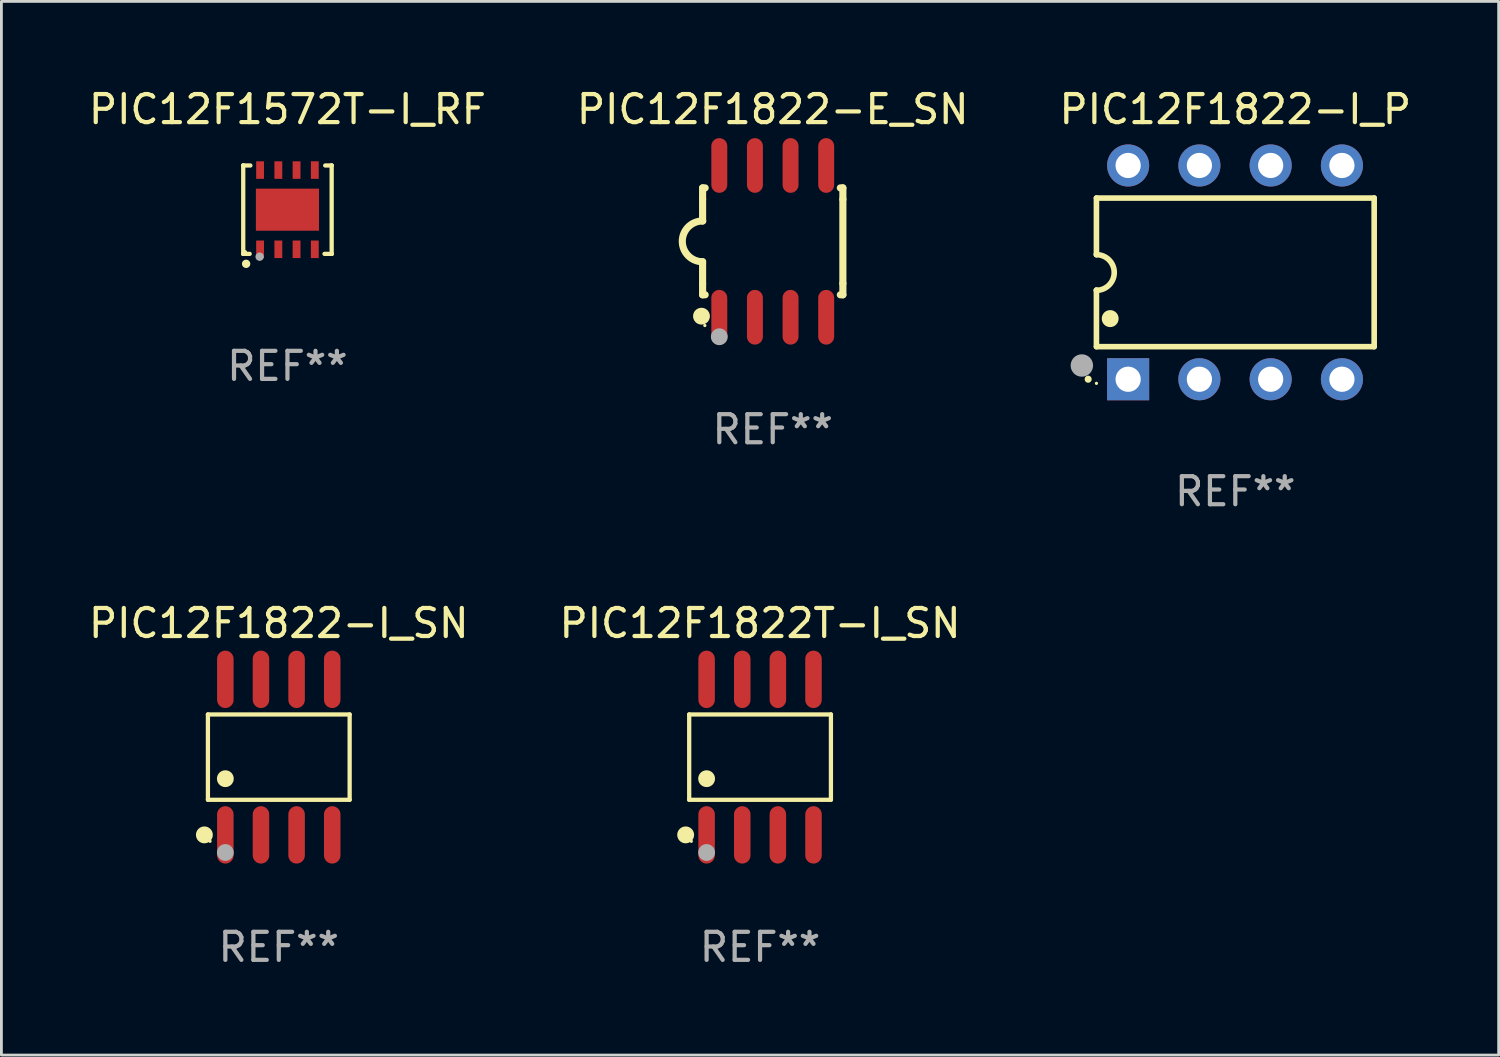
<source format=kicad_pcb>
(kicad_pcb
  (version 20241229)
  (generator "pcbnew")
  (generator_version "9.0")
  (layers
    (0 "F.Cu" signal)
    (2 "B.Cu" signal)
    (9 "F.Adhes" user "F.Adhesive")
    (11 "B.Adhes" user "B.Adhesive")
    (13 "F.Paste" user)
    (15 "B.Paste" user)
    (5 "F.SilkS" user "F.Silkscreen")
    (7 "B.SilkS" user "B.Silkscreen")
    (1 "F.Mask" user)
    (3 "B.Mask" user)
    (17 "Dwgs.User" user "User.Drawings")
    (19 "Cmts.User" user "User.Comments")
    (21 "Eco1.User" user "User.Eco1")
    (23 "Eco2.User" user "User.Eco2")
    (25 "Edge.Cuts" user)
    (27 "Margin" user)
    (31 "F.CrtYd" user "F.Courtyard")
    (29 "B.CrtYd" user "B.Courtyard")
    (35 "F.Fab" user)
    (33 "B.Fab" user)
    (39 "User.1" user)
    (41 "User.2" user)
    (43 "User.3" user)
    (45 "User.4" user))
  (footprint "PIC12F1822-E_SN"
    (layer "F.Cu")
    (at 24.494 5.553)
    (property "Reference" "PIC12F1822-E_SN" (at 0 -4.705 0) (layer "F.SilkS") (effects (font (size 1 1) (thickness 0.15))))
    (attr through_hole)
    (fp_line (start -2.5 -1.905) (end -2.409 -1.905) (stroke (width 0.254) (type solid)) (layer "F.SilkS"))
    (fp_line (start -2.5 -1.5) (end -2.5 -1.905) (stroke (width 0.254) (type solid)) (layer "F.SilkS"))
    (fp_line (start -2.5 -1.5) (end -2.5 -0.726) (stroke (width 0.254) (type solid)) (layer "F.SilkS"))
    (fp_line (start -2.5 1.5) (end -2.5 0.727) (stroke (width 0.254) (type solid)) (layer "F.SilkS"))
    (fp_line (start -2.5 1.5) (end -2.5 1.905) (stroke (width 0.254) (type solid)) (layer "F.SilkS"))
    (fp_line (start -2.5 1.905) (end -2.409 1.905) (stroke (width 0.254) (type solid)) (layer "F.SilkS"))
    (fp_line (start 2.5 -1.905) (end 2.409 -1.905) (stroke (width 0.254) (type solid)) (layer "F.SilkS"))
    (fp_line (start 2.5 -1.5) (end 2.5 -1.905) (stroke (width 0.254) (type solid)) (layer "F.SilkS"))
    (fp_line (start 2.5 -1.5) (end 2.5 1.5) (stroke (width 0.254) (type solid)) (layer "F.SilkS"))
    (fp_line (start 2.5 1.5) (end 2.5 1.905) (stroke (width 0.254) (type solid)) (layer "F.SilkS"))
    (fp_line (start 2.5 1.905) (end 2.409 1.905) (stroke (width 0.254) (type solid)) (layer "F.SilkS"))
    (fp_arc (start -2.5 0.726568) (mid -3.220316 -0.0023) (end -2.495097 -0.726289) (stroke (width 0.254001) (type solid)) (layer "F.SilkS"))
    (fp_circle (center -2.54 2.667) (end -2.39 2.667) (stroke (width 0.3) (type solid)) (fill no) (layer "F.SilkS"))
    (fp_circle (center -2.42 3) (end -2.39 3) (stroke (width 0.06) (type solid)) (fill no) (layer "F.SilkS"))
    (fp_circle (center -1.905 3.4) (end -1.755 3.4) (stroke (width 0.3) (type solid)) (fill no) (layer "F.Fab"))
    (fp_text user "REF**" (at 0 6.705 0) (layer "F.Fab") (effects (font (size 1 1) (thickness 0.15))))
    (pad "1" smd oval (at -1.905 2.705) (size 0.568 1.95) (layers "F.Cu" "F.Mask" "F.Paste"))
    (pad "2" smd oval (at -0.635 2.705) (size 0.568 1.95) (layers "F.Cu" "F.Mask" "F.Paste"))
    (pad "3" smd oval (at 0.635 2.705) (size 0.568 1.95) (layers "F.Cu" "F.Mask" "F.Paste"))
    (pad "4" smd oval (at 1.905 2.705) (size 0.568 1.95) (layers "F.Cu" "F.Mask" "F.Paste"))
    (pad "5" smd oval (at 1.905 -2.705) (size 0.568 1.95) (layers "F.Cu" "F.Mask" "F.Paste"))
    (pad "6" smd oval (at 0.635 -2.705) (size 0.568 1.95) (layers "F.Cu" "F.Mask" "F.Paste"))
    (pad "7" smd oval (at -0.635 -2.705) (size 0.568 1.95) (layers "F.Cu" "F.Mask" "F.Paste"))
    (pad "8" smd oval (at -1.905 -2.705) (size 0.568 1.95) (layers "F.Cu" "F.Mask" "F.Paste")))
  (footprint "PIC12F1822T-I_SN"
    (layer "F.Cu")
    (at 24.042 23.937)
    (property "Reference" "PIC12F1822T-I_SN" (at 0 -4.772 0) (layer "F.SilkS") (effects (font (size 1 1) (thickness 0.15))))
    (attr through_hole)
    (fp_line (start -2.526 -1.521) (end 2.526 -1.521) (stroke (width 0.152) (type solid)) (layer "F.SilkS"))
    (fp_line (start -2.526 1.521) (end -2.526 -1.521) (stroke (width 0.152) (type solid)) (layer "F.SilkS"))
    (fp_line (start 2.526 -1.521) (end 2.526 1.521) (stroke (width 0.152) (type solid)) (layer "F.SilkS"))
    (fp_line (start 2.526 1.521) (end -2.526 1.521) (stroke (width 0.152) (type solid)) (layer "F.SilkS"))
    (fp_circle (center -2.652 2.772) (end -2.501 2.772) (stroke (width 0.3) (type solid)) (fill no) (layer "F.SilkS"))
    (fp_circle (center -2.45 3) (end -2.42 3) (stroke (width 0.06) (type solid)) (fill no) (layer "F.SilkS"))
    (fp_circle (center -1.905 0.769) (end -1.755 0.769) (stroke (width 0.3) (type solid)) (fill no) (layer "F.SilkS"))
    (fp_circle (center -1.905 3.4) (end -1.755 3.4) (stroke (width 0.3) (type solid)) (fill no) (layer "F.Fab"))
    (fp_text user "REF**" (at 0 6.772 0) (layer "F.Fab") (effects (font (size 1 1) (thickness 0.15))))
    (pad "1" smd oval (at -1.905 2.772) (size 0.588 2.045) (layers "F.Cu" "F.Mask" "F.Paste"))
    (pad "2" smd oval (at -0.635 2.772) (size 0.588 2.045) (layers "F.Cu" "F.Mask" "F.Paste"))
    (pad "3" smd oval (at 0.635 2.772) (size 0.588 2.045) (layers "F.Cu" "F.Mask" "F.Paste"))
    (pad "4" smd oval (at 1.905 2.772) (size 0.588 2.045) (layers "F.Cu" "F.Mask" "F.Paste"))
    (pad "5" smd oval (at 1.905 -2.772) (size 0.588 2.045) (layers "F.Cu" "F.Mask" "F.Paste"))
    (pad "6" smd oval (at 0.635 -2.772) (size 0.588 2.045) (layers "F.Cu" "F.Mask" "F.Paste"))
    (pad "7" smd oval (at -0.635 -2.772) (size 0.588 2.045) (layers "F.Cu" "F.Mask" "F.Paste"))
    (pad "8" smd oval (at -1.905 -2.772) (size 0.588 2.045) (layers "F.Cu" "F.Mask" "F.Paste")))
  (footprint "PIC12F1572T-I_RF"
    (layer "F.Cu")
    (at 7.196 4.424)
    (property "Reference" "PIC12F1572T-I_RF" (at 0 -3.576 0) (layer "F.SilkS") (effects (font (size 1 1) (thickness 0.15))))
    (attr through_hole)
    (fp_line (start -1.576 -1.576) (end -1.576 -1.576) (stroke (width 0.152) (type solid)) (layer "F.SilkS"))
    (fp_line (start -1.576 -1.576) (end -1.576 1.576) (stroke (width 0.152) (type solid)) (layer "F.SilkS"))
    (fp_line (start -1.576 1.576) (end -1.576 1.576) (stroke (width 0.152) (type solid)) (layer "F.SilkS"))
    (fp_line (start -1.576 1.576) (end -1.346 1.575) (stroke (width 0.152) (type solid)) (layer "F.SilkS"))
    (fp_line (start -1.321 -1.575) (end -1.576 -1.576) (stroke (width 0.152) (type solid)) (layer "F.SilkS"))
    (fp_line (start 1.321 1.575) (end 1.576 1.576) (stroke (width 0.152) (type solid)) (layer "F.SilkS"))
    (fp_line (start 1.576 -1.576) (end 1.346 -1.575) (stroke (width 0.152) (type solid)) (layer "F.SilkS"))
    (fp_line (start 1.576 -1.576) (end 1.576 -1.576) (stroke (width 0.152) (type solid)) (layer "F.SilkS"))
    (fp_line (start 1.576 1.576) (end 1.576 -1.576) (stroke (width 0.152) (type solid)) (layer "F.SilkS"))
    (fp_line (start 1.576 1.576) (end 1.576 1.576) (stroke (width 0.152) (type solid)) (layer "F.SilkS"))
    (fp_circle (center -1.5 1.5) (end -1.47 1.5) (stroke (width 0.06) (type solid)) (fill no) (layer "F.SilkS"))
    (fp_circle (center -1.473 1.93) (end -1.398 1.93) (stroke (width 0.15) (type solid)) (fill no) (layer "F.SilkS"))
    (fp_circle (center -0.991 1.676) (end -0.916 1.676) (stroke (width 0.15) (type solid)) (fill no) (layer "F.Fab"))
    (fp_text user "REF**" (at 0 5.576 0) (layer "F.Fab") (effects (font (size 1 1) (thickness 0.15))))
    (pad "1" smd rect (at -0.975 1.412) (size 0.28 0.625) (layers "F.Cu" "F.Mask" "F.Paste"))
    (pad "2" smd rect (at -0.325 1.412) (size 0.28 0.625) (layers "F.Cu" "F.Mask" "F.Paste"))
    (pad "3" smd rect (at 0.325 1.412) (size 0.28 0.625) (layers "F.Cu" "F.Mask" "F.Paste"))
    (pad "4" smd rect (at 0.975 1.412) (size 0.28 0.625) (layers "F.Cu" "F.Mask" "F.Paste"))
    (pad "5" smd rect (at 0.975 -1.412) (size 0.28 0.625) (layers "F.Cu" "F.Mask" "F.Paste"))
    (pad "6" smd rect (at 0.325 -1.412) (size 0.28 0.625) (layers "F.Cu" "F.Mask" "F.Paste"))
    (pad "7" smd rect (at -0.325 -1.412) (size 0.28 0.625) (layers "F.Cu" "F.Mask" "F.Paste"))
    (pad "8" smd rect (at -0.975 -1.412) (size 0.28 0.625) (layers "F.Cu" "F.Mask" "F.Paste"))
    (pad "9" smd rect (at 0 0) (size 2.25 1.5) (layers "F.Cu" "F.Mask" "F.Paste")))
  (footprint "PIC12F1822-I_P"
    (layer "F.Cu")
    (at 40.982 6.658)
    (property "Reference" "PIC12F1822-I_P" (at 0 -5.81 0) (layer "F.SilkS") (effects (font (size 1 1) (thickness 0.15))))
    (attr through_hole)
    (fp_line (start -4.95 -2.649) (end 4.95 -2.649) (stroke (width 0.2) (type solid)) (layer "F.SilkS"))
    (fp_line (start -4.95 -0.635) (end -4.95 -2.649) (stroke (width 0.2) (type solid)) (layer "F.SilkS"))
    (fp_line (start -4.95 0.635) (end -4.95 0.64) (stroke (width 0.2) (type solid)) (layer "F.SilkS"))
    (fp_line (start -4.95 2.649) (end -4.95 0.635) (stroke (width 0.2) (type solid)) (layer "F.SilkS"))
    (fp_line (start -4.95 -0.64) (end -4.95 -0.635) (stroke (width 0.2) (type solid)) (layer "F.SilkS"))
    (fp_line (start 4.95 -2.649) (end 4.95 2.649) (stroke (width 0.2) (type solid)) (layer "F.SilkS"))
    (fp_line (start 4.95 2.649) (end -4.95 2.649) (stroke (width 0.2) (type solid)) (layer "F.SilkS"))
    (fp_arc (start -5.24511 3.810008) (mid -5.245117 3.808738) (end -5.24511 3.807468) (stroke (width 0.25) (type solid)) (layer "F.SilkS"))
    (fp_arc (start -4.950165 -0.629997) (mid -4.315164 0.005004) (end -4.950165 0.640005) (stroke (width 0.2) (type solid)) (layer "F.SilkS"))
    (fp_arc (start -4.460249 1.651003) (mid -4.46026 1.648463) (end -4.460249 1.645923) (stroke (width 0.6) (type solid)) (layer "F.SilkS"))
    (fp_circle (center -4.95 3.956) (end -4.92 3.956) (stroke (width 0.06) (type solid)) (fill no) (layer "F.SilkS"))
    (fp_circle (center -5.47 3.32) (end -5.27 3.32) (stroke (width 0.4) (type solid)) (fill no) (layer "F.Fab"))
    (fp_text user "REF**" (at 0 7.81 0) (layer "F.Fab") (effects (font (size 1 1) (thickness 0.15))))
    (pad "1" thru_hole rect (at -3.82 3.81) (size 1.5 1.5) (drill 0.9) (layers "*.Cu" "*.Mask"))
    (pad "2" thru_hole circle (at -1.28 3.81) (size 1.5 1.5) (drill 0.9) (layers "*.Cu" "*.Mask"))
    (pad "3" thru_hole circle (at 1.26 3.81) (size 1.5 1.5) (drill 0.9) (layers "*.Cu" "*.Mask"))
    (pad "4" thru_hole circle (at 3.8 3.81) (size 1.5 1.5) (drill 0.9) (layers "*.Cu" "*.Mask"))
    (pad "5" thru_hole circle (at 3.8 -3.81) (size 1.5 1.5) (drill 0.9) (layers "*.Cu" "*.Mask"))
    (pad "6" thru_hole circle (at 1.26 -3.81) (size 1.5 1.5) (drill 0.9) (layers "*.Cu" "*.Mask"))
    (pad "7" thru_hole circle (at -1.28 -3.81) (size 1.5 1.5) (drill 0.9) (layers "*.Cu" "*.Mask"))
    (pad "8" thru_hole circle (at -3.82 -3.81) (size 1.5 1.5) (drill 0.9) (layers "*.Cu" "*.Mask")))
  (footprint "PIC12F1822-I_SN"
    (layer "F.Cu")
    (at 6.887 23.937)
    (property "Reference" "PIC12F1822-I_SN" (at 0 -4.772 0) (layer "F.SilkS") (effects (font (size 1 1) (thickness 0.15))))
    (attr through_hole)
    (fp_line (start -2.526 -1.521) (end 2.526 -1.521) (stroke (width 0.152) (type solid)) (layer "F.SilkS"))
    (fp_line (start -2.526 1.521) (end -2.526 -1.521) (stroke (width 0.152) (type solid)) (layer "F.SilkS"))
    (fp_line (start 2.526 -1.521) (end 2.526 1.521) (stroke (width 0.152) (type solid)) (layer "F.SilkS"))
    (fp_line (start 2.526 1.521) (end -2.526 1.521) (stroke (width 0.152) (type solid)) (layer "F.SilkS"))
    (fp_circle (center -2.652 2.772) (end -2.501 2.772) (stroke (width 0.3) (type solid)) (fill no) (layer "F.SilkS"))
    (fp_circle (center -2.45 3) (end -2.42 3) (stroke (width 0.06) (type solid)) (fill no) (layer "F.SilkS"))
    (fp_circle (center -1.905 0.769) (end -1.755 0.769) (stroke (width 0.3) (type solid)) (fill no) (layer "F.SilkS"))
    (fp_circle (center -1.905 3.4) (end -1.755 3.4) (stroke (width 0.3) (type solid)) (fill no) (layer "F.Fab"))
    (fp_text user "REF**" (at 0 6.772 0) (layer "F.Fab") (effects (font (size 1 1) (thickness 0.15))))
    (pad "1" smd oval (at -1.905 2.772) (size 0.588 2.045) (layers "F.Cu" "F.Mask" "F.Paste"))
    (pad "2" smd oval (at -0.635 2.772) (size 0.588 2.045) (layers "F.Cu" "F.Mask" "F.Paste"))
    (pad "3" smd oval (at 0.635 2.772) (size 0.588 2.045) (layers "F.Cu" "F.Mask" "F.Paste"))
    (pad "4" smd oval (at 1.905 2.772) (size 0.588 2.045) (layers "F.Cu" "F.Mask" "F.Paste"))
    (pad "5" smd oval (at 1.905 -2.772) (size 0.588 2.045) (layers "F.Cu" "F.Mask" "F.Paste"))
    (pad "6" smd oval (at 0.635 -2.772) (size 0.588 2.045) (layers "F.Cu" "F.Mask" "F.Paste"))
    (pad "7" smd oval (at -0.635 -2.772) (size 0.588 2.045) (layers "F.Cu" "F.Mask" "F.Paste"))
    (pad "8" smd oval (at -1.905 -2.772) (size 0.588 2.045) (layers "F.Cu" "F.Mask" "F.Paste")))
  (gr_rect
    (start -3 -3)
    (end 50.369 34.558)
    (stroke (width 0.1) (type default))
    (fill no)
    (layer "Edge.Cuts")))
</source>
